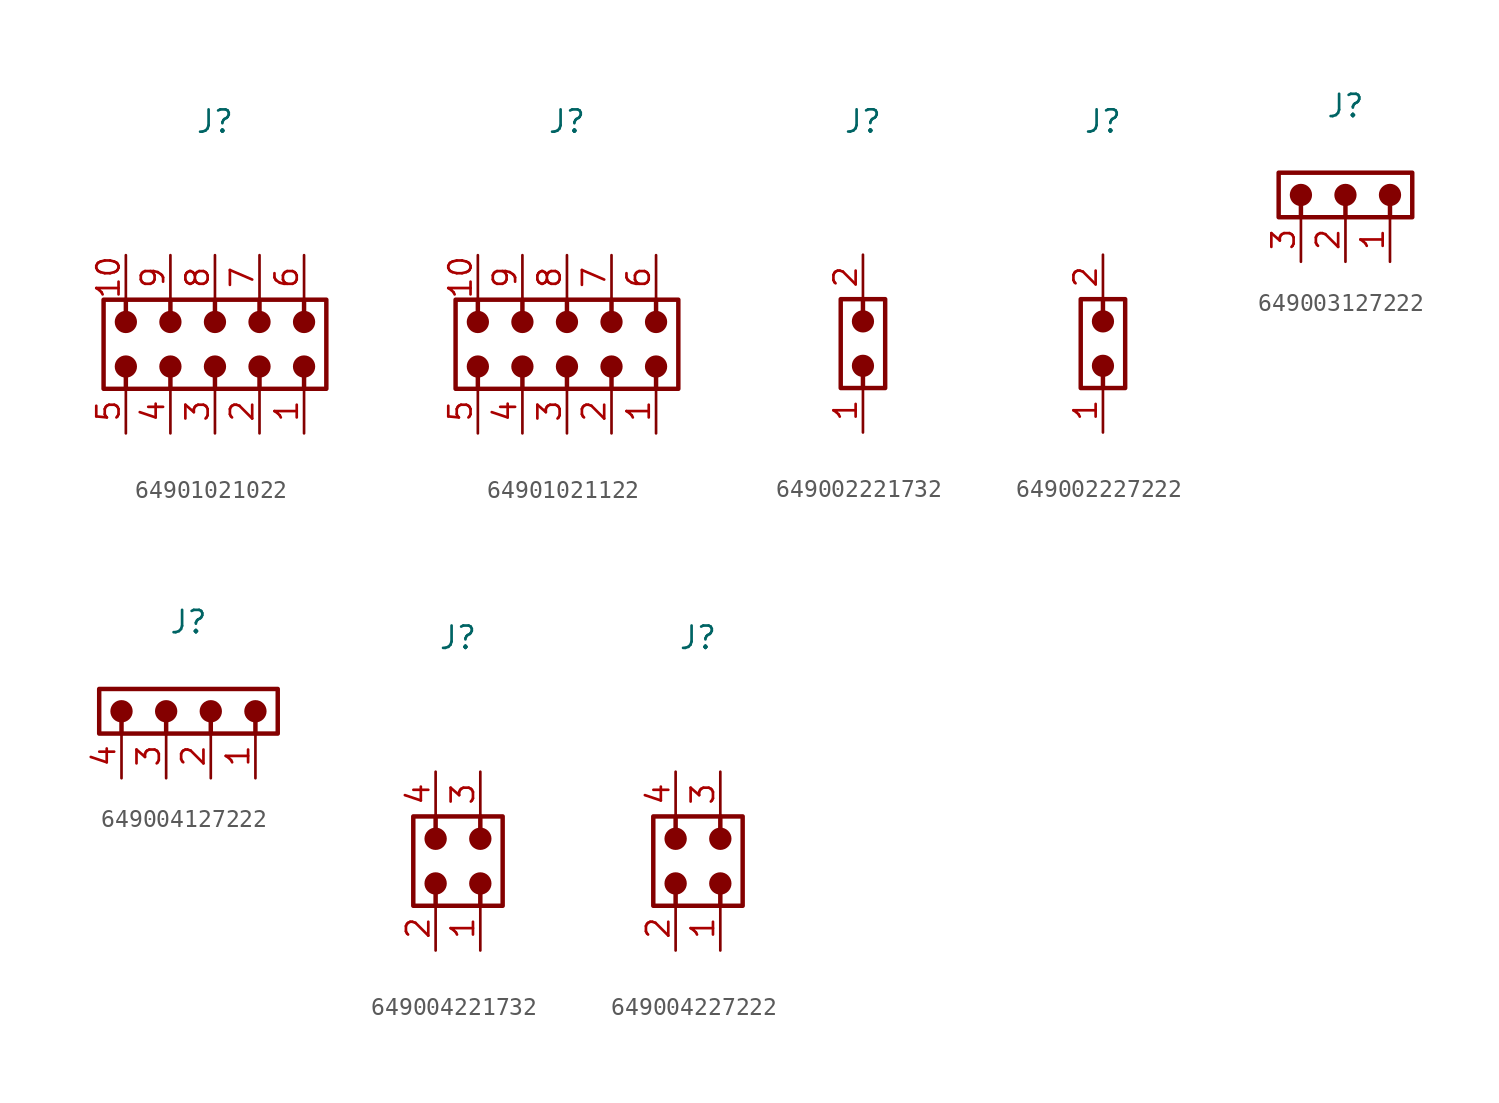
<source format=kicad_sym>
(kicad_symbol_lib
  (version 20241209)
  (generator "kicad_symbol_editor")
  (generator_version "9.0")
  (symbol "64901021022"
    (pin_names
      (hide yes))
    (property "Reference" "J"
      (at 0 12.7 0)
      (effects (font (size 1.27 1.27))))
    (symbol "64901021022_1_1"
      (rectangle (start -6.35 2.54) (end 6.35 -2.54) (stroke (width 0.254) (type solid)) (fill (type none)))
      (polyline (pts (xy -5.08 1.778) (xy -5.08 2.54)) (stroke (width 0.254) (type solid)) (fill (type none)))
      (circle (center -5.08 1.27) (radius 0.508) (stroke (width 0.254) (type solid)) (fill (type outline)))
      (circle (center -5.08 -1.27) (radius 0.508) (stroke (width 0.254) (type solid)) (fill (type outline)))
      (polyline (pts (xy -5.08 -1.778) (xy -5.08 -2.54)) (stroke (width 0.254) (type solid)) (fill (type none)))
      (polyline (pts (xy -2.54 1.778) (xy -2.54 2.54)) (stroke (width 0.254) (type solid)) (fill (type none)))
      (circle (center -2.54 1.27) (radius 0.508) (stroke (width 0.254) (type solid)) (fill (type outline)))
      (circle (center -2.54 -1.27) (radius 0.508) (stroke (width 0.254) (type solid)) (fill (type outline)))
      (polyline (pts (xy -2.54 -1.778) (xy -2.54 -2.54)) (stroke (width 0.254) (type solid)) (fill (type none)))
      (polyline (pts (xy 0 1.778) (xy 0 2.54)) (stroke (width 0.254) (type solid)) (fill (type none)))
      (circle (center 0 1.27) (radius 0.508) (stroke (width 0.254) (type solid)) (fill (type outline)))
      (circle (center 0 -1.27) (radius 0.508) (stroke (width 0.254) (type solid)) (fill (type outline)))
      (polyline (pts (xy 0 -1.778) (xy 0 -2.54)) (stroke (width 0.254) (type solid)) (fill (type none)))
      (polyline (pts (xy 2.54 1.778) (xy 2.54 2.54)) (stroke (width 0.254) (type solid)) (fill (type none)))
      (circle (center 2.54 1.27) (radius 0.508) (stroke (width 0.254) (type solid)) (fill (type outline)))
      (circle (center 2.54 -1.27) (radius 0.508) (stroke (width 0.254) (type solid)) (fill (type outline)))
      (polyline (pts (xy 2.54 -1.778) (xy 2.54 -2.54)) (stroke (width 0.254) (type solid)) (fill (type none)))
      (polyline (pts (xy 5.08 1.778) (xy 5.08 2.54)) (stroke (width 0.254) (type solid)) (fill (type none)))
      (circle (center 5.08 1.27) (radius 0.508) (stroke (width 0.254) (type solid)) (fill (type outline)))
      (circle (center 5.08 -1.27) (radius 0.508) (stroke (width 0.254) (type solid)) (fill (type outline)))
      (polyline (pts (xy 5.08 -1.778) (xy 5.08 -2.54)) (stroke (width 0.254) (type solid)) (fill (type none)))
      (pin passive line (at -5.08 5.08 270) (length 2.54) (name "10" (effects (font (size 1.27 1.27)))) (number "10" (effects (font (size 1.27 1.27)))))
      (pin passive line (at -5.08 -5.08 90) (length 2.54) (name "5" (effects (font (size 1.27 1.27)))) (number "5" (effects (font (size 1.27 1.27)))))
      (pin passive line (at -2.54 5.08 270) (length 2.54) (name "9" (effects (font (size 1.27 1.27)))) (number "9" (effects (font (size 1.27 1.27)))))
      (pin passive line (at -2.54 -5.08 90) (length 2.54) (name "4" (effects (font (size 1.27 1.27)))) (number "4" (effects (font (size 1.27 1.27)))))
      (pin passive line (at 0 5.08 270) (length 2.54) (name "8" (effects (font (size 1.27 1.27)))) (number "8" (effects (font (size 1.27 1.27)))))
      (pin passive line (at 0 -5.08 90) (length 2.54) (name "3" (effects (font (size 1.27 1.27)))) (number "3" (effects (font (size 1.27 1.27)))))
      (pin passive line (at 2.54 5.08 270) (length 2.54) (name "7" (effects (font (size 1.27 1.27)))) (number "7" (effects (font (size 1.27 1.27)))))
      (pin passive line (at 2.54 -5.08 90) (length 2.54) (name "2" (effects (font (size 1.27 1.27)))) (number "2" (effects (font (size 1.27 1.27)))))
      (pin passive line (at 5.08 5.08 270) (length 2.54) (name "6" (effects (font (size 1.27 1.27)))) (number "6" (effects (font (size 1.27 1.27)))))
      (pin passive line (at 5.08 -5.08 90) (length 2.54) (name "1" (effects (font (size 1.27 1.27)))) (number "1" (effects (font (size 1.27 1.27)))))))
  (symbol "64901021122"
    (pin_names
      (hide yes))
    (property "Reference" "J"
      (at 0 12.7 0)
      (effects (font (size 1.27 1.27))))
    (symbol "64901021122_1_1"
      (rectangle (start -6.35 2.54) (end 6.35 -2.54) (stroke (width 0.254) (type solid)) (fill (type none)))
      (polyline (pts (xy -5.08 1.778) (xy -5.08 2.54)) (stroke (width 0.254) (type solid)) (fill (type none)))
      (circle (center -5.08 1.27) (radius 0.508) (stroke (width 0.254) (type solid)) (fill (type outline)))
      (circle (center -5.08 -1.27) (radius 0.508) (stroke (width 0.254) (type solid)) (fill (type outline)))
      (polyline (pts (xy -5.08 -1.778) (xy -5.08 -2.54)) (stroke (width 0.254) (type solid)) (fill (type none)))
      (polyline (pts (xy -2.54 1.778) (xy -2.54 2.54)) (stroke (width 0.254) (type solid)) (fill (type none)))
      (circle (center -2.54 1.27) (radius 0.508) (stroke (width 0.254) (type solid)) (fill (type outline)))
      (circle (center -2.54 -1.27) (radius 0.508) (stroke (width 0.254) (type solid)) (fill (type outline)))
      (polyline (pts (xy -2.54 -1.778) (xy -2.54 -2.54)) (stroke (width 0.254) (type solid)) (fill (type none)))
      (polyline (pts (xy 0 1.778) (xy 0 2.54)) (stroke (width 0.254) (type solid)) (fill (type none)))
      (circle (center 0 1.27) (radius 0.508) (stroke (width 0.254) (type solid)) (fill (type outline)))
      (circle (center 0 -1.27) (radius 0.508) (stroke (width 0.254) (type solid)) (fill (type outline)))
      (polyline (pts (xy 0 -1.778) (xy 0 -2.54)) (stroke (width 0.254) (type solid)) (fill (type none)))
      (polyline (pts (xy 2.54 1.778) (xy 2.54 2.54)) (stroke (width 0.254) (type solid)) (fill (type none)))
      (circle (center 2.54 1.27) (radius 0.508) (stroke (width 0.254) (type solid)) (fill (type outline)))
      (circle (center 2.54 -1.27) (radius 0.508) (stroke (width 0.254) (type solid)) (fill (type outline)))
      (polyline (pts (xy 2.54 -1.778) (xy 2.54 -2.54)) (stroke (width 0.254) (type solid)) (fill (type none)))
      (polyline (pts (xy 5.08 1.778) (xy 5.08 2.54)) (stroke (width 0.254) (type solid)) (fill (type none)))
      (circle (center 5.08 1.27) (radius 0.508) (stroke (width 0.254) (type solid)) (fill (type outline)))
      (circle (center 5.08 -1.27) (radius 0.508) (stroke (width 0.254) (type solid)) (fill (type outline)))
      (polyline (pts (xy 5.08 -1.778) (xy 5.08 -2.54)) (stroke (width 0.254) (type solid)) (fill (type none)))
      (pin passive line (at -5.08 5.08 270) (length 2.54) (name "10" (effects (font (size 1.27 1.27)))) (number "10" (effects (font (size 1.27 1.27)))))
      (pin passive line (at -5.08 -5.08 90) (length 2.54) (name "5" (effects (font (size 1.27 1.27)))) (number "5" (effects (font (size 1.27 1.27)))))
      (pin passive line (at -2.54 5.08 270) (length 2.54) (name "9" (effects (font (size 1.27 1.27)))) (number "9" (effects (font (size 1.27 1.27)))))
      (pin passive line (at -2.54 -5.08 90) (length 2.54) (name "4" (effects (font (size 1.27 1.27)))) (number "4" (effects (font (size 1.27 1.27)))))
      (pin passive line (at 0 5.08 270) (length 2.54) (name "8" (effects (font (size 1.27 1.27)))) (number "8" (effects (font (size 1.27 1.27)))))
      (pin passive line (at 0 -5.08 90) (length 2.54) (name "3" (effects (font (size 1.27 1.27)))) (number "3" (effects (font (size 1.27 1.27)))))
      (pin passive line (at 2.54 5.08 270) (length 2.54) (name "7" (effects (font (size 1.27 1.27)))) (number "7" (effects (font (size 1.27 1.27)))))
      (pin passive line (at 2.54 -5.08 90) (length 2.54) (name "2" (effects (font (size 1.27 1.27)))) (number "2" (effects (font (size 1.27 1.27)))))
      (pin passive line (at 5.08 5.08 270) (length 2.54) (name "6" (effects (font (size 1.27 1.27)))) (number "6" (effects (font (size 1.27 1.27)))))
      (pin passive line (at 5.08 -5.08 90) (length 2.54) (name "1" (effects (font (size 1.27 1.27)))) (number "1" (effects (font (size 1.27 1.27)))))))
  (symbol "649002221732"
    (pin_names
      (hide yes))
    (property "Reference" "J"
      (at 0 12.7 0)
      (effects (font (size 1.27 1.27))))
    (symbol "649002221732_1_1"
      (polyline (pts (xy 0 1.778) (xy 0 2.54)) (stroke (width 0.254) (type solid)) (fill (type none)))
      (circle (center 0 1.27) (radius 0.508) (stroke (width 0.254) (type solid)) (fill (type outline)))
      (circle (center 0 -1.27) (radius 0.508) (stroke (width 0.254) (type solid)) (fill (type outline)))
      (polyline (pts (xy 0 -1.778) (xy 0 -2.54)) (stroke (width 0.254) (type solid)) (fill (type none)))
      (rectangle (start 1.27 -2.54) (end -1.27 2.54) (stroke (width 0.254) (type solid)) (fill (type none)))
      (pin passive line (at 0 5.08 270) (length 2.54) (name "2" (effects (font (size 1.27 1.27)))) (number "2" (effects (font (size 1.27 1.27)))))
      (pin passive line (at 0 -5.08 90) (length 2.54) (name "1" (effects (font (size 1.27 1.27)))) (number "1" (effects (font (size 1.27 1.27)))))))
  (symbol "649002227222"
    (pin_names
      (hide yes))
    (property "Reference" "J"
      (at 0 12.7 0)
      (effects (font (size 1.27 1.27))))
    (symbol "649002227222_1_1"
      (polyline (pts (xy 0 1.778) (xy 0 2.54)) (stroke (width 0.254) (type solid)) (fill (type none)))
      (circle (center 0 1.27) (radius 0.508) (stroke (width 0.254) (type solid)) (fill (type outline)))
      (circle (center 0 -1.27) (radius 0.508) (stroke (width 0.254) (type solid)) (fill (type outline)))
      (polyline (pts (xy 0 -1.778) (xy 0 -2.54)) (stroke (width 0.254) (type solid)) (fill (type none)))
      (rectangle (start 1.27 -2.54) (end -1.27 2.54) (stroke (width 0.254) (type solid)) (fill (type none)))
      (pin passive line (at 0 5.08 270) (length 2.54) (name "2" (effects (font (size 1.27 1.27)))) (number "2" (effects (font (size 1.27 1.27)))))
      (pin passive line (at 0 -5.08 90) (length 2.54) (name "1" (effects (font (size 1.27 1.27)))) (number "1" (effects (font (size 1.27 1.27)))))))
  (symbol "649003127222"
    (pin_names
      (hide yes))
    (property "Reference" "J"
      (at 0 5.08 0)
      (effects (font (size 1.27 1.27))))
    (symbol "649003127222_1_1"
      (rectangle (start -3.81 1.27) (end 3.81 -1.27) (stroke (width 0.254) (type solid)) (fill (type none)))
      (circle (center -2.54 0) (radius 0.508) (stroke (width 0.254) (type solid)) (fill (type outline)))
      (polyline (pts (xy -2.54 -0.508) (xy -2.54 -1.27)) (stroke (width 0.254) (type solid)) (fill (type none)))
      (circle (center 0 0) (radius 0.508) (stroke (width 0.254) (type solid)) (fill (type outline)))
      (polyline (pts (xy 0 -0.508) (xy 0 -1.27)) (stroke (width 0.254) (type solid)) (fill (type none)))
      (circle (center 2.54 0) (radius 0.508) (stroke (width 0.254) (type solid)) (fill (type outline)))
      (polyline (pts (xy 2.54 -0.508) (xy 2.54 -1.27)) (stroke (width 0.254) (type solid)) (fill (type none)))
      (pin passive line (at -2.54 -3.81 90) (length 2.54) (name "3" (effects (font (size 1.27 1.27)))) (number "3" (effects (font (size 1.27 1.27)))))
      (pin passive line (at 0 -3.81 90) (length 2.54) (name "2" (effects (font (size 1.27 1.27)))) (number "2" (effects (font (size 1.27 1.27)))))
      (pin passive line (at 2.54 -3.81 90) (length 2.54) (name "1" (effects (font (size 1.27 1.27)))) (number "1" (effects (font (size 1.27 1.27)))))))
  (symbol "649004127222"
    (pin_names
      (hide yes))
    (property "Reference" "J"
      (at 0 5.08 0)
      (effects (font (size 1.27 1.27))))
    (symbol "649004127222_1_1"
      (rectangle (start -5.08 1.27) (end 5.08 -1.27) (stroke (width 0.254) (type solid)) (fill (type none)))
      (circle (center -3.81 0) (radius 0.508) (stroke (width 0.254) (type solid)) (fill (type outline)))
      (polyline (pts (xy -3.81 -0.508) (xy -3.81 -1.27)) (stroke (width 0.254) (type solid)) (fill (type none)))
      (circle (center -1.27 0) (radius 0.508) (stroke (width 0.254) (type solid)) (fill (type outline)))
      (polyline (pts (xy -1.27 -0.508) (xy -1.27 -1.27)) (stroke (width 0.254) (type solid)) (fill (type none)))
      (circle (center 1.27 0) (radius 0.508) (stroke (width 0.254) (type solid)) (fill (type outline)))
      (polyline (pts (xy 1.27 -0.508) (xy 1.27 -1.27)) (stroke (width 0.254) (type solid)) (fill (type none)))
      (circle (center 3.81 0) (radius 0.508) (stroke (width 0.254) (type solid)) (fill (type outline)))
      (polyline (pts (xy 3.81 -0.508) (xy 3.81 -1.27)) (stroke (width 0.254) (type solid)) (fill (type none)))
      (pin passive line (at -3.81 -3.81 90) (length 2.54) (name "4" (effects (font (size 1.27 1.27)))) (number "4" (effects (font (size 1.27 1.27)))))
      (pin passive line (at -1.27 -3.81 90) (length 2.54) (name "3" (effects (font (size 1.27 1.27)))) (number "3" (effects (font (size 1.27 1.27)))))
      (pin passive line (at 1.27 -3.81 90) (length 2.54) (name "2" (effects (font (size 1.27 1.27)))) (number "2" (effects (font (size 1.27 1.27)))))
      (pin passive line (at 3.81 -3.81 90) (length 2.54) (name "1" (effects (font (size 1.27 1.27)))) (number "1" (effects (font (size 1.27 1.27)))))))
  (symbol "649004221732"
    (pin_names
      (hide yes))
    (property "Reference" "J"
      (at 0 12.7 0)
      (effects (font (size 1.27 1.27))))
    (symbol "649004221732_1_1"
      (rectangle (start -2.54 2.54) (end 2.54 -2.54) (stroke (width 0.254) (type solid)) (fill (type none)))
      (polyline (pts (xy -1.27 1.778) (xy -1.27 2.54)) (stroke (width 0.254) (type solid)) (fill (type none)))
      (circle (center -1.27 1.27) (radius 0.508) (stroke (width 0.254) (type solid)) (fill (type outline)))
      (circle (center -1.27 -1.27) (radius 0.508) (stroke (width 0.254) (type solid)) (fill (type outline)))
      (polyline (pts (xy -1.27 -1.778) (xy -1.27 -2.54)) (stroke (width 0.254) (type solid)) (fill (type none)))
      (polyline (pts (xy 1.27 1.778) (xy 1.27 2.54)) (stroke (width 0.254) (type solid)) (fill (type none)))
      (circle (center 1.27 1.27) (radius 0.508) (stroke (width 0.254) (type solid)) (fill (type outline)))
      (circle (center 1.27 -1.27) (radius 0.508) (stroke (width 0.254) (type solid)) (fill (type outline)))
      (polyline (pts (xy 1.27 -1.778) (xy 1.27 -2.54)) (stroke (width 0.254) (type solid)) (fill (type none)))
      (pin passive line (at -1.27 5.08 270) (length 2.54) (name "4" (effects (font (size 1.27 1.27)))) (number "4" (effects (font (size 1.27 1.27)))))
      (pin passive line (at -1.27 -5.08 90) (length 2.54) (name "2" (effects (font (size 1.27 1.27)))) (number "2" (effects (font (size 1.27 1.27)))))
      (pin passive line (at 1.27 5.08 270) (length 2.54) (name "3" (effects (font (size 1.27 1.27)))) (number "3" (effects (font (size 1.27 1.27)))))
      (pin passive line (at 1.27 -5.08 90) (length 2.54) (name "1" (effects (font (size 1.27 1.27)))) (number "1" (effects (font (size 1.27 1.27)))))))
  (symbol "649004227222"
    (pin_names
      (hide yes))
    (property "Reference" "J"
      (at 0 12.7 0)
      (effects (font (size 1.27 1.27))))
    (symbol "649004227222_1_1"
      (rectangle (start -2.54 2.54) (end 2.54 -2.54) (stroke (width 0.254) (type solid)) (fill (type none)))
      (polyline (pts (xy -1.27 1.778) (xy -1.27 2.54)) (stroke (width 0.254) (type solid)) (fill (type none)))
      (circle (center -1.27 1.27) (radius 0.508) (stroke (width 0.254) (type solid)) (fill (type outline)))
      (circle (center -1.27 -1.27) (radius 0.508) (stroke (width 0.254) (type solid)) (fill (type outline)))
      (polyline (pts (xy -1.27 -1.778) (xy -1.27 -2.54)) (stroke (width 0.254) (type solid)) (fill (type none)))
      (polyline (pts (xy 1.27 1.778) (xy 1.27 2.54)) (stroke (width 0.254) (type solid)) (fill (type none)))
      (circle (center 1.27 1.27) (radius 0.508) (stroke (width 0.254) (type solid)) (fill (type outline)))
      (circle (center 1.27 -1.27) (radius 0.508) (stroke (width 0.254) (type solid)) (fill (type outline)))
      (polyline (pts (xy 1.27 -1.778) (xy 1.27 -2.54)) (stroke (width 0.254) (type solid)) (fill (type none)))
      (pin passive line (at -1.27 5.08 270) (length 2.54) (name "4" (effects (font (size 1.27 1.27)))) (number "4" (effects (font (size 1.27 1.27)))))
      (pin passive line (at -1.27 -5.08 90) (length 2.54) (name "2" (effects (font (size 1.27 1.27)))) (number "2" (effects (font (size 1.27 1.27)))))
      (pin passive line (at 1.27 5.08 270) (length 2.54) (name "3" (effects (font (size 1.27 1.27)))) (number "3" (effects (font (size 1.27 1.27)))))
      (pin passive line (at 1.27 -5.08 90) (length 2.54) (name "1" (effects (font (size 1.27 1.27)))) (number "1" (effects (font (size 1.27 1.27))))))))
</source>
